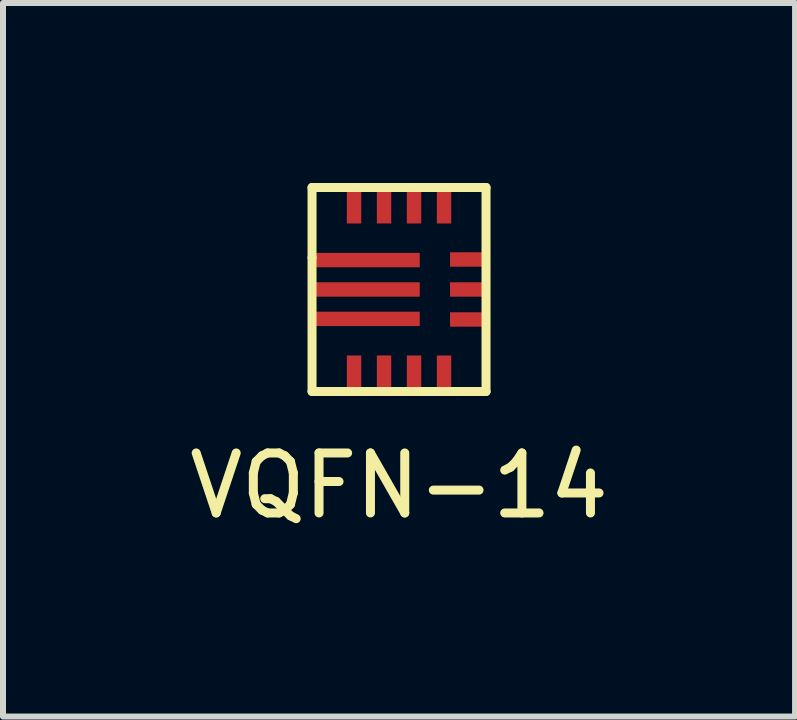
<source format=kicad_pcb>
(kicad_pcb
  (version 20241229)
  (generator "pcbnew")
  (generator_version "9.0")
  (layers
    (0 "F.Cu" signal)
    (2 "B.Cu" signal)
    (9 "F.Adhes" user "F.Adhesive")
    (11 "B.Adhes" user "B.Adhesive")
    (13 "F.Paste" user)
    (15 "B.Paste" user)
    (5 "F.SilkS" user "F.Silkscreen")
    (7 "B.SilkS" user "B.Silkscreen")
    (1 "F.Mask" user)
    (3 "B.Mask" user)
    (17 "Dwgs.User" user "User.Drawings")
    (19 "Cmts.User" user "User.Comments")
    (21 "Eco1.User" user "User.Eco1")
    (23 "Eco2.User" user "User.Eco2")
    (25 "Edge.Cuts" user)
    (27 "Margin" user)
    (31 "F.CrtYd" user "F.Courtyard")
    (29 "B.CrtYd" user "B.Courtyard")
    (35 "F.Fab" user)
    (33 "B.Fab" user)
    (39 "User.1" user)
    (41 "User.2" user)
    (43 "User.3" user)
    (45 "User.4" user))
  (footprint "VQFN-14"
    (layer "F.Cu")
    (at 3.601 1.775)
    (property "Reference" "VQFN-14" (at 0 3.27 0) (layer "F.SilkS") (effects (font (size 1 1) (thickness 0.15))))
    (attr through_hole)
    (fp_line (start -1.45 -1.7) (end 1.45 -1.7) (stroke (width 0.15) (type solid)) (layer "F.SilkS"))
    (fp_line (start -1.45 -0.53) (end -1.45 -1.7) (stroke (width 0.15) (type solid)) (layer "F.SilkS"))
    (fp_line (start -1.45 1.7) (end -1.45 -0.53) (stroke (width 0.15) (type solid)) (layer "F.SilkS"))
    (fp_line (start -1.21 1.7) (end -1.45 1.7) (stroke (width 0.15) (type solid)) (layer "F.SilkS"))
    (fp_line (start 1.45 -1.7) (end 1.45 1.7) (stroke (width 0.15) (type solid)) (layer "F.SilkS"))
    (fp_line (start 1.45 1.7) (end -1.21 1.7) (stroke (width 0.15) (type solid)) (layer "F.SilkS"))
    (pad "1" smd rect (at -0.55 -0.49) (size 1.79 0.24) (layers "F.Cu" "F.Mask" "F.Paste"))
    (pad "2" smd rect (at -0.55 0) (size 1.79 0.24) (layers "F.Cu" "F.Mask" "F.Paste"))
    (pad "3" smd rect (at -0.55 0.49) (size 1.79 0.24) (layers "F.Cu" "F.Mask" "F.Paste"))
    (pad "4" smd rect (at -0.75 1.4) (size 0.24 0.6) (layers "F.Cu" "F.Mask" "F.Paste"))
    (pad "5" smd rect (at -0.25 1.4) (size 0.24 0.6) (layers "F.Cu" "F.Mask" "F.Paste"))
    (pad "6" smd rect (at 0.25 1.4) (size 0.24 0.6) (layers "F.Cu" "F.Mask" "F.Paste"))
    (pad "7" smd rect (at 0.75 1.4) (size 0.24 0.6) (layers "F.Cu" "F.Mask" "F.Paste"))
    (pad "8" smd rect (at 1.15 0.5) (size 0.6 0.24) (layers "F.Cu" "F.Mask" "F.Paste"))
    (pad "9" smd rect (at 1.15 0) (size 0.6 0.24) (layers "F.Cu" "F.Mask" "F.Paste"))
    (pad "10" smd rect (at 1.15 -0.5) (size 0.6 0.24) (layers "F.Cu" "F.Mask" "F.Paste"))
    (pad "11" smd rect (at 0.75 -1.4) (size 0.24 0.6) (layers "F.Cu" "F.Mask" "F.Paste"))
    (pad "12" smd rect (at 0.25 -1.4) (size 0.24 0.6) (layers "F.Cu" "F.Mask" "F.Paste"))
    (pad "13" smd rect (at -0.25 -1.4) (size 0.24 0.6) (layers "F.Cu" "F.Mask" "F.Paste"))
    (pad "14" smd rect (at -0.75 -1.4) (size 0.24 0.6) (layers "F.Cu" "F.Mask" "F.Paste")))
  (gr_rect
    (start -3 -3)
    (end 10.202 8.893)
    (stroke (width 0.1) (type default))
    (fill no)
    (layer "Edge.Cuts")))
</source>
